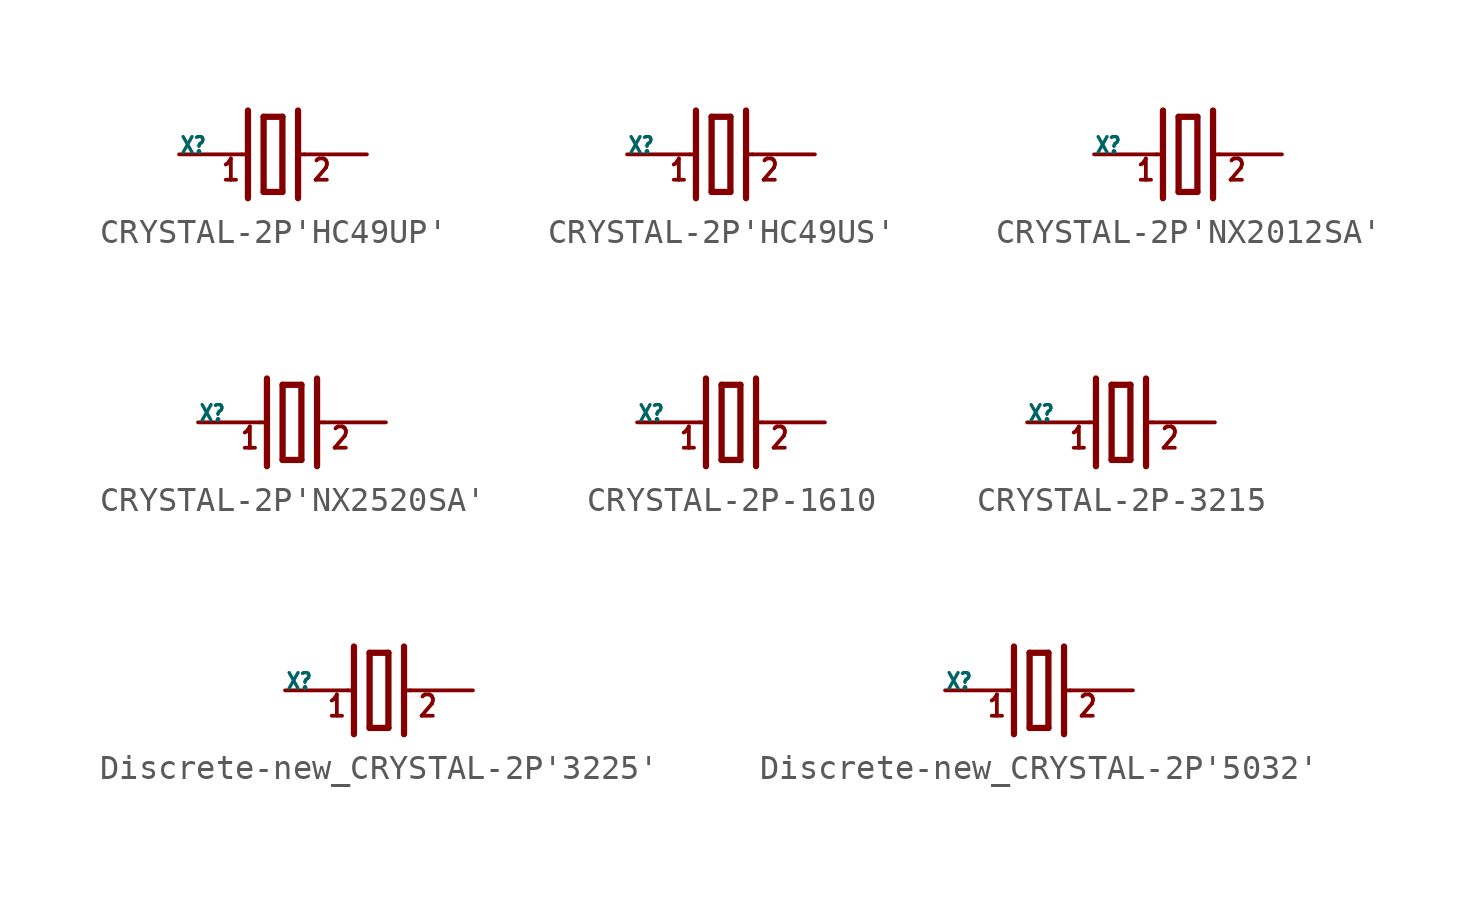
<source format=kicad_sym>
(kicad_symbol_lib
  (version 20231120)
  (generator "kicad_symbol_editor")
  (generator_version "8.0")
  (symbol "CRYSTAL-2P'HC49UP'"
    (property "Reference" "X"
      (at -3.81 0 0)
      (effects (font (size 0.635 0.54)) (justify left bottom)))
    (property "Value" ""
      (at 0 0 0)
      (effects (font (size 0.635 0.54)) (justify left bottom)))
    (property "ki_locked" ""
      (at 0 0 0)
      (effects (font (size 1.27 1.27))))
    (symbol "CRYSTAL-2P'HC49UP'_1_0"
      (polyline (pts (xy -1.27 0) (xy -1.016 0)) (stroke (width 0.152) (type solid)) (fill (type none)))
      (polyline (pts (xy -1.016 0) (xy -1.016 -1.778)) (stroke (width 0.254) (type solid)) (fill (type none)))
      (polyline (pts (xy -1.016 1.778) (xy -1.016 0)) (stroke (width 0.254) (type solid)) (fill (type none)))
      (polyline (pts (xy -0.381 -1.524) (xy 0.381 -1.524)) (stroke (width 0.254) (type solid)) (fill (type none)))
      (polyline (pts (xy -0.381 1.524) (xy -0.381 -1.524)) (stroke (width 0.254) (type solid)) (fill (type none)))
      (polyline (pts (xy 0.381 -1.524) (xy 0.381 1.524)) (stroke (width 0.254) (type solid)) (fill (type none)))
      (polyline (pts (xy 0.381 1.524) (xy -0.381 1.524)) (stroke (width 0.254) (type solid)) (fill (type none)))
      (polyline (pts (xy 1.016 0) (xy 1.016 -1.778)) (stroke (width 0.254) (type solid)) (fill (type none)))
      (polyline (pts (xy 1.016 0) (xy 1.27 0)) (stroke (width 0.152) (type solid)) (fill (type none)))
      (polyline (pts (xy 1.016 1.778) (xy 1.016 0)) (stroke (width 0.254) (type solid)) (fill (type none)))
      (text "1" (at -2.159 -1.143 0) (effects (font (size 0.864 0.734)) (justify left bottom)))
      (text "2" (at 1.524 -1.143 0) (effects (font (size 0.864 0.734)) (justify left bottom)))
      (pin passive line (at -3.81 0 0) (length 2.54) (name "1" (effects (font (size 0 0)))) (number "1" (effects (font (size 0 0)))))
      (pin passive line (at 3.81 0 180) (length 2.54) (name "2" (effects (font (size 0 0)))) (number "2" (effects (font (size 0 0)))))))
  (symbol "CRYSTAL-2P'HC49US'"
    (property "Reference" "X"
      (at -3.81 0 0)
      (effects (font (size 0.635 0.54)) (justify left bottom)))
    (property "Value" ""
      (at 0 0 0)
      (effects (font (size 0.635 0.54)) (justify left bottom)))
    (property "ki_locked" ""
      (at 0 0 0)
      (effects (font (size 1.27 1.27))))
    (symbol "CRYSTAL-2P'HC49US'_1_0"
      (polyline (pts (xy -1.27 0) (xy -1.016 0)) (stroke (width 0.152) (type solid)) (fill (type none)))
      (polyline (pts (xy -1.016 0) (xy -1.016 -1.778)) (stroke (width 0.254) (type solid)) (fill (type none)))
      (polyline (pts (xy -1.016 1.778) (xy -1.016 0)) (stroke (width 0.254) (type solid)) (fill (type none)))
      (polyline (pts (xy -0.381 -1.524) (xy 0.381 -1.524)) (stroke (width 0.254) (type solid)) (fill (type none)))
      (polyline (pts (xy -0.381 1.524) (xy -0.381 -1.524)) (stroke (width 0.254) (type solid)) (fill (type none)))
      (polyline (pts (xy 0.381 -1.524) (xy 0.381 1.524)) (stroke (width 0.254) (type solid)) (fill (type none)))
      (polyline (pts (xy 0.381 1.524) (xy -0.381 1.524)) (stroke (width 0.254) (type solid)) (fill (type none)))
      (polyline (pts (xy 1.016 0) (xy 1.016 -1.778)) (stroke (width 0.254) (type solid)) (fill (type none)))
      (polyline (pts (xy 1.016 0) (xy 1.27 0)) (stroke (width 0.152) (type solid)) (fill (type none)))
      (polyline (pts (xy 1.016 1.778) (xy 1.016 0)) (stroke (width 0.254) (type solid)) (fill (type none)))
      (text "1" (at -2.159 -1.143 0) (effects (font (size 0.864 0.734)) (justify left bottom)))
      (text "2" (at 1.524 -1.143 0) (effects (font (size 0.864 0.734)) (justify left bottom)))
      (pin passive line (at -3.81 0 0) (length 2.54) (name "1" (effects (font (size 0 0)))) (number "1" (effects (font (size 0 0)))))
      (pin passive line (at 3.81 0 180) (length 2.54) (name "2" (effects (font (size 0 0)))) (number "2" (effects (font (size 0 0)))))))
  (symbol "CRYSTAL-2P'NX2012SA'"
    (property "Reference" "X"
      (at -3.81 0 0)
      (effects (font (size 0.635 0.54)) (justify left bottom)))
    (property "Value" ""
      (at 0 0 0)
      (effects (font (size 0.635 0.54)) (justify left bottom)))
    (property "ki_locked" ""
      (at 0 0 0)
      (effects (font (size 1.27 1.27))))
    (symbol "CRYSTAL-2P'NX2012SA'_1_0"
      (polyline (pts (xy -1.27 0) (xy -1.016 0)) (stroke (width 0.152) (type solid)) (fill (type none)))
      (polyline (pts (xy -1.016 0) (xy -1.016 -1.778)) (stroke (width 0.254) (type solid)) (fill (type none)))
      (polyline (pts (xy -1.016 1.778) (xy -1.016 0)) (stroke (width 0.254) (type solid)) (fill (type none)))
      (polyline (pts (xy -0.381 -1.524) (xy 0.381 -1.524)) (stroke (width 0.254) (type solid)) (fill (type none)))
      (polyline (pts (xy -0.381 1.524) (xy -0.381 -1.524)) (stroke (width 0.254) (type solid)) (fill (type none)))
      (polyline (pts (xy 0.381 -1.524) (xy 0.381 1.524)) (stroke (width 0.254) (type solid)) (fill (type none)))
      (polyline (pts (xy 0.381 1.524) (xy -0.381 1.524)) (stroke (width 0.254) (type solid)) (fill (type none)))
      (polyline (pts (xy 1.016 0) (xy 1.016 -1.778)) (stroke (width 0.254) (type solid)) (fill (type none)))
      (polyline (pts (xy 1.016 0) (xy 1.27 0)) (stroke (width 0.152) (type solid)) (fill (type none)))
      (polyline (pts (xy 1.016 1.778) (xy 1.016 0)) (stroke (width 0.254) (type solid)) (fill (type none)))
      (text "1" (at -2.159 -1.143 0) (effects (font (size 0.864 0.734)) (justify left bottom)))
      (text "2" (at 1.524 -1.143 0) (effects (font (size 0.864 0.734)) (justify left bottom)))
      (pin passive line (at -3.81 0 0) (length 2.54) (name "1" (effects (font (size 0 0)))) (number "1" (effects (font (size 0 0)))))
      (pin passive line (at 3.81 0 180) (length 2.54) (name "2" (effects (font (size 0 0)))) (number "2" (effects (font (size 0 0)))))))
  (symbol "CRYSTAL-2P'NX2520SA'"
    (property "Reference" "X"
      (at -3.81 0 0)
      (effects (font (size 0.635 0.54)) (justify left bottom)))
    (property "Value" ""
      (at 0 0 0)
      (effects (font (size 0.635 0.54)) (justify left bottom)))
    (property "ki_locked" ""
      (at 0 0 0)
      (effects (font (size 1.27 1.27))))
    (symbol "CRYSTAL-2P'NX2520SA'_1_0"
      (polyline (pts (xy -1.27 0) (xy -1.016 0)) (stroke (width 0.152) (type solid)) (fill (type none)))
      (polyline (pts (xy -1.016 0) (xy -1.016 -1.778)) (stroke (width 0.254) (type solid)) (fill (type none)))
      (polyline (pts (xy -1.016 1.778) (xy -1.016 0)) (stroke (width 0.254) (type solid)) (fill (type none)))
      (polyline (pts (xy -0.381 -1.524) (xy 0.381 -1.524)) (stroke (width 0.254) (type solid)) (fill (type none)))
      (polyline (pts (xy -0.381 1.524) (xy -0.381 -1.524)) (stroke (width 0.254) (type solid)) (fill (type none)))
      (polyline (pts (xy 0.381 -1.524) (xy 0.381 1.524)) (stroke (width 0.254) (type solid)) (fill (type none)))
      (polyline (pts (xy 0.381 1.524) (xy -0.381 1.524)) (stroke (width 0.254) (type solid)) (fill (type none)))
      (polyline (pts (xy 1.016 0) (xy 1.016 -1.778)) (stroke (width 0.254) (type solid)) (fill (type none)))
      (polyline (pts (xy 1.016 0) (xy 1.27 0)) (stroke (width 0.152) (type solid)) (fill (type none)))
      (polyline (pts (xy 1.016 1.778) (xy 1.016 0)) (stroke (width 0.254) (type solid)) (fill (type none)))
      (text "1" (at -2.159 -1.143 0) (effects (font (size 0.864 0.734)) (justify left bottom)))
      (text "2" (at 1.524 -1.143 0) (effects (font (size 0.864 0.734)) (justify left bottom)))
      (pin passive line (at -3.81 0 0) (length 2.54) (name "1" (effects (font (size 0 0)))) (number "1" (effects (font (size 0 0)))))
      (pin passive line (at 3.81 0 180) (length 2.54) (name "2" (effects (font (size 0 0)))) (number "3" (effects (font (size 0 0)))))))
  (symbol "CRYSTAL-2P-1610"
    (property "Reference" "X"
      (at -3.81 0 0)
      (effects (font (size 0.635 0.54)) (justify left bottom)))
    (property "Value" ""
      (at 0 0 0)
      (effects (font (size 0.635 0.54)) (justify left bottom)))
    (property "ki_locked" ""
      (at 0 0 0)
      (effects (font (size 1.27 1.27))))
    (symbol "CRYSTAL-2P-1610_1_0"
      (polyline (pts (xy -1.27 0) (xy -1.016 0)) (stroke (width 0.152) (type solid)) (fill (type none)))
      (polyline (pts (xy -1.016 0) (xy -1.016 -1.778)) (stroke (width 0.254) (type solid)) (fill (type none)))
      (polyline (pts (xy -1.016 1.778) (xy -1.016 0)) (stroke (width 0.254) (type solid)) (fill (type none)))
      (polyline (pts (xy -0.381 -1.524) (xy 0.381 -1.524)) (stroke (width 0.254) (type solid)) (fill (type none)))
      (polyline (pts (xy -0.381 1.524) (xy -0.381 -1.524)) (stroke (width 0.254) (type solid)) (fill (type none)))
      (polyline (pts (xy 0.381 -1.524) (xy 0.381 1.524)) (stroke (width 0.254) (type solid)) (fill (type none)))
      (polyline (pts (xy 0.381 1.524) (xy -0.381 1.524)) (stroke (width 0.254) (type solid)) (fill (type none)))
      (polyline (pts (xy 1.016 0) (xy 1.016 -1.778)) (stroke (width 0.254) (type solid)) (fill (type none)))
      (polyline (pts (xy 1.016 0) (xy 1.27 0)) (stroke (width 0.152) (type solid)) (fill (type none)))
      (polyline (pts (xy 1.016 1.778) (xy 1.016 0)) (stroke (width 0.254) (type solid)) (fill (type none)))
      (text "1" (at -2.159 -1.143 0) (effects (font (size 0.864 0.734)) (justify left bottom)))
      (text "2" (at 1.524 -1.143 0) (effects (font (size 0.864 0.734)) (justify left bottom)))
      (pin passive line (at -3.81 0 0) (length 2.54) (name "1" (effects (font (size 0 0)))) (number "1" (effects (font (size 0 0)))))
      (pin passive line (at 3.81 0 180) (length 2.54) (name "2" (effects (font (size 0 0)))) (number "2" (effects (font (size 0 0)))))))
  (symbol "CRYSTAL-2P-3215"
    (property "Reference" "X"
      (at -3.81 0 0)
      (effects (font (size 0.635 0.54)) (justify left bottom)))
    (property "Value" ""
      (at 0 0 0)
      (effects (font (size 0.635 0.54)) (justify left bottom)))
    (property "ki_locked" ""
      (at 0 0 0)
      (effects (font (size 1.27 1.27))))
    (symbol "CRYSTAL-2P-3215_1_0"
      (polyline (pts (xy -1.27 0) (xy -1.016 0)) (stroke (width 0.152) (type solid)) (fill (type none)))
      (polyline (pts (xy -1.016 0) (xy -1.016 -1.778)) (stroke (width 0.254) (type solid)) (fill (type none)))
      (polyline (pts (xy -1.016 1.778) (xy -1.016 0)) (stroke (width 0.254) (type solid)) (fill (type none)))
      (polyline (pts (xy -0.381 -1.524) (xy 0.381 -1.524)) (stroke (width 0.254) (type solid)) (fill (type none)))
      (polyline (pts (xy -0.381 1.524) (xy -0.381 -1.524)) (stroke (width 0.254) (type solid)) (fill (type none)))
      (polyline (pts (xy 0.381 -1.524) (xy 0.381 1.524)) (stroke (width 0.254) (type solid)) (fill (type none)))
      (polyline (pts (xy 0.381 1.524) (xy -0.381 1.524)) (stroke (width 0.254) (type solid)) (fill (type none)))
      (polyline (pts (xy 1.016 0) (xy 1.016 -1.778)) (stroke (width 0.254) (type solid)) (fill (type none)))
      (polyline (pts (xy 1.016 0) (xy 1.27 0)) (stroke (width 0.152) (type solid)) (fill (type none)))
      (polyline (pts (xy 1.016 1.778) (xy 1.016 0)) (stroke (width 0.254) (type solid)) (fill (type none)))
      (text "1" (at -2.159 -1.143 0) (effects (font (size 0.864 0.734)) (justify left bottom)))
      (text "2" (at 1.524 -1.143 0) (effects (font (size 0.864 0.734)) (justify left bottom)))
      (pin passive line (at -3.81 0 0) (length 2.54) (name "1" (effects (font (size 0 0)))) (number "1" (effects (font (size 0 0)))))
      (pin passive line (at 3.81 0 180) (length 2.54) (name "2" (effects (font (size 0 0)))) (number "2" (effects (font (size 0 0)))))))
  (symbol "Discrete-new_CRYSTAL-2P'3225'"
    (property "Reference" "X"
      (at -3.81 0 0)
      (effects (font (size 0.635 0.54)) (justify left bottom)))
    (property "Value" ""
      (at 0 0 0)
      (effects (font (size 0.635 0.54)) (justify left bottom)))
    (property "ki_locked" ""
      (at 0 0 0)
      (effects (font (size 1.27 1.27))))
    (symbol "Discrete-new_CRYSTAL-2P'3225'_1_0"
      (polyline (pts (xy -1.27 0) (xy -1.016 0)) (stroke (width 0.152) (type solid)) (fill (type none)))
      (polyline (pts (xy -1.016 0) (xy -1.016 -1.778)) (stroke (width 0.254) (type solid)) (fill (type none)))
      (polyline (pts (xy -1.016 1.778) (xy -1.016 0)) (stroke (width 0.254) (type solid)) (fill (type none)))
      (polyline (pts (xy -0.381 -1.524) (xy 0.381 -1.524)) (stroke (width 0.254) (type solid)) (fill (type none)))
      (polyline (pts (xy -0.381 1.524) (xy -0.381 -1.524)) (stroke (width 0.254) (type solid)) (fill (type none)))
      (polyline (pts (xy 0.381 -1.524) (xy 0.381 1.524)) (stroke (width 0.254) (type solid)) (fill (type none)))
      (polyline (pts (xy 0.381 1.524) (xy -0.381 1.524)) (stroke (width 0.254) (type solid)) (fill (type none)))
      (polyline (pts (xy 1.016 0) (xy 1.016 -1.778)) (stroke (width 0.254) (type solid)) (fill (type none)))
      (polyline (pts (xy 1.016 0) (xy 1.27 0)) (stroke (width 0.152) (type solid)) (fill (type none)))
      (polyline (pts (xy 1.016 1.778) (xy 1.016 0)) (stroke (width 0.254) (type solid)) (fill (type none)))
      (text "1" (at -2.159 -1.143 0) (effects (font (size 0.864 0.734)) (justify left bottom)))
      (text "2" (at 1.524 -1.143 0) (effects (font (size 0.864 0.734)) (justify left bottom)))
      (pin passive line (at -3.81 0 0) (length 2.54) (name "1" (effects (font (size 0 0)))) (number "1" (effects (font (size 0 0)))))
      (pin passive line (at 3.81 0 180) (length 2.54) (name "2" (effects (font (size 0 0)))) (number "3" (effects (font (size 0 0)))))))
  (symbol "Discrete-new_CRYSTAL-2P'5032'"
    (property "Reference" "X"
      (at -3.81 0 0)
      (effects (font (size 0.635 0.54)) (justify left bottom)))
    (property "Value" ""
      (at 0 0 0)
      (effects (font (size 0.635 0.54)) (justify left bottom)))
    (property "ki_locked" ""
      (at 0 0 0)
      (effects (font (size 1.27 1.27))))
    (symbol "Discrete-new_CRYSTAL-2P'5032'_1_0"
      (polyline (pts (xy -1.27 0) (xy -1.016 0)) (stroke (width 0.152) (type solid)) (fill (type none)))
      (polyline (pts (xy -1.016 0) (xy -1.016 -1.778)) (stroke (width 0.254) (type solid)) (fill (type none)))
      (polyline (pts (xy -1.016 1.778) (xy -1.016 0)) (stroke (width 0.254) (type solid)) (fill (type none)))
      (polyline (pts (xy -0.381 -1.524) (xy 0.381 -1.524)) (stroke (width 0.254) (type solid)) (fill (type none)))
      (polyline (pts (xy -0.381 1.524) (xy -0.381 -1.524)) (stroke (width 0.254) (type solid)) (fill (type none)))
      (polyline (pts (xy 0.381 -1.524) (xy 0.381 1.524)) (stroke (width 0.254) (type solid)) (fill (type none)))
      (polyline (pts (xy 0.381 1.524) (xy -0.381 1.524)) (stroke (width 0.254) (type solid)) (fill (type none)))
      (polyline (pts (xy 1.016 0) (xy 1.016 -1.778)) (stroke (width 0.254) (type solid)) (fill (type none)))
      (polyline (pts (xy 1.016 0) (xy 1.27 0)) (stroke (width 0.152) (type solid)) (fill (type none)))
      (polyline (pts (xy 1.016 1.778) (xy 1.016 0)) (stroke (width 0.254) (type solid)) (fill (type none)))
      (text "1" (at -2.159 -1.143 0) (effects (font (size 0.864 0.734)) (justify left bottom)))
      (text "2" (at 1.524 -1.143 0) (effects (font (size 0.864 0.734)) (justify left bottom)))
      (pin passive line (at -3.81 0 0) (length 2.54) (name "1" (effects (font (size 0 0)))) (number "1" (effects (font (size 0 0)))))
      (pin passive line (at 3.81 0 180) (length 2.54) (name "2" (effects (font (size 0 0)))) (number "2" (effects (font (size 0 0))))))))
</source>
